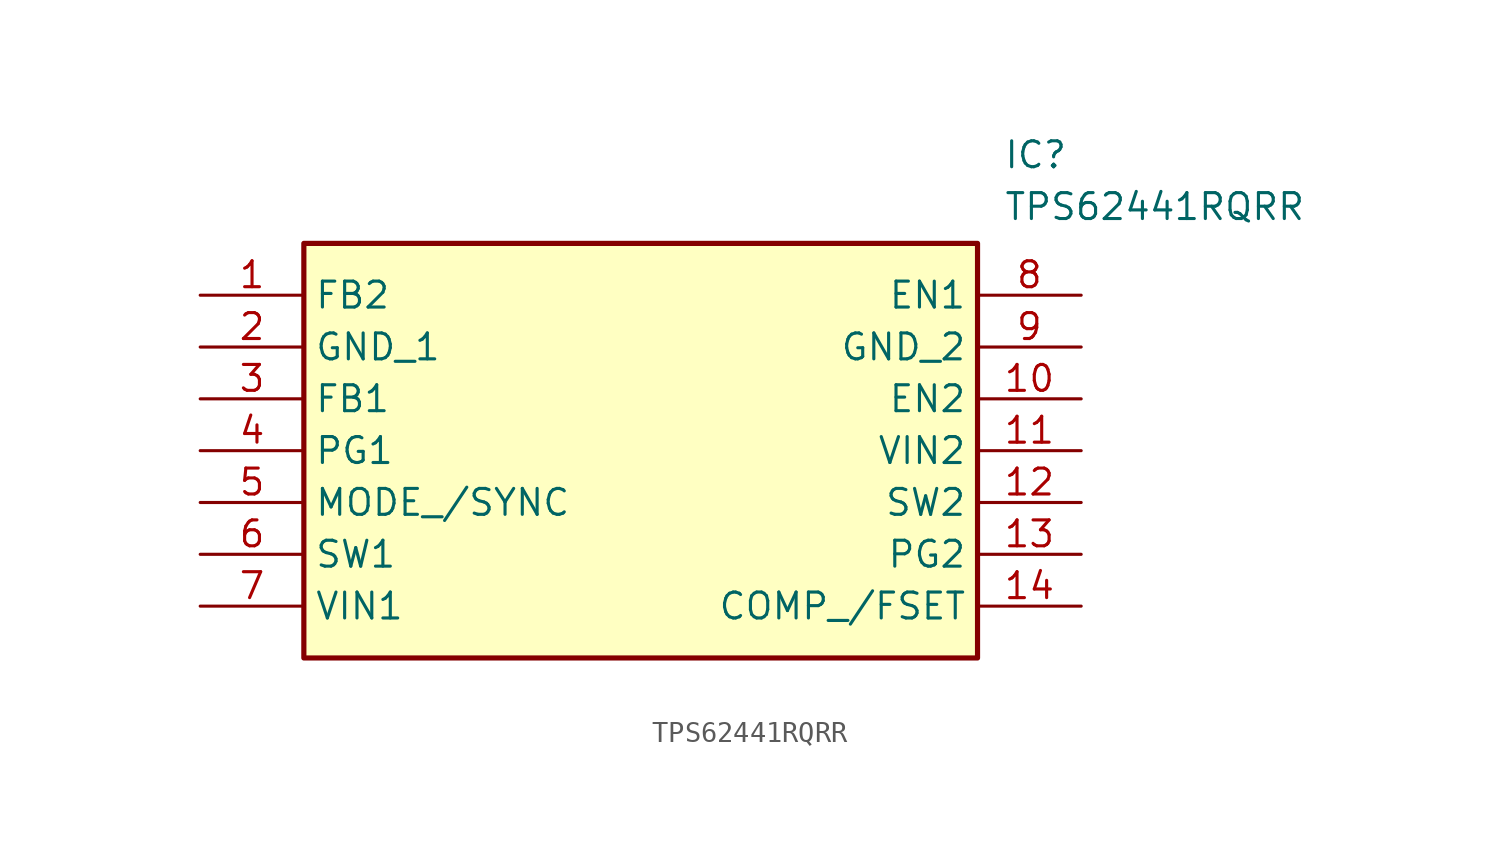
<source format=kicad_sym>
(kicad_symbol_lib
  (version 20211014)
  (generator SamacSys_ECAD_Model)
  (symbol "TPS62441RQRR"
    (property "Reference" "IC"
      (at 39.37 7.62 0)
      (effects (font (size 1.27 1.27)) (justify left top)))
    (property "Value" "TPS62441RQRR"
      (at 39.37 5.08 0)
      (effects (font (size 1.27 1.27)) (justify left top)))
    (rectangle
      (start 5.08 2.54)
      (end 38.1 -17.78)
      (stroke (width 0.254) (type default))
      (fill (type background)))
    (pin passive line
      (at 0 0 0)
      (length 5.08)
      (name "FB2" (effects (font (size 1.27 1.27))))
      (number "1" (effects (font (size 1.27 1.27)))))
    (pin passive line
      (at 0 -2.54 0)
      (length 5.08)
      (name "GND_1" (effects (font (size 1.27 1.27))))
      (number "2" (effects (font (size 1.27 1.27)))))
    (pin passive line
      (at 0 -5.08 0)
      (length 5.08)
      (name "FB1" (effects (font (size 1.27 1.27))))
      (number "3" (effects (font (size 1.27 1.27)))))
    (pin passive line
      (at 0 -7.62 0)
      (length 5.08)
      (name "PG1" (effects (font (size 1.27 1.27))))
      (number "4" (effects (font (size 1.27 1.27)))))
    (pin passive line
      (at 0 -10.16 0)
      (length 5.08)
      (name "MODE_/SYNC" (effects (font (size 1.27 1.27))))
      (number "5" (effects (font (size 1.27 1.27)))))
    (pin passive line
      (at 0 -12.7 0)
      (length 5.08)
      (name "SW1" (effects (font (size 1.27 1.27))))
      (number "6" (effects (font (size 1.27 1.27)))))
    (pin passive line
      (at 0 -15.24 0)
      (length 5.08)
      (name "VIN1" (effects (font (size 1.27 1.27))))
      (number "7" (effects (font (size 1.27 1.27)))))
    (pin passive line
      (at 43.18 0 180)
      (length 5.08)
      (name "EN1" (effects (font (size 1.27 1.27))))
      (number "8" (effects (font (size 1.27 1.27)))))
    (pin passive line
      (at 43.18 -2.54 180)
      (length 5.08)
      (name "GND_2" (effects (font (size 1.27 1.27))))
      (number "9" (effects (font (size 1.27 1.27)))))
    (pin passive line
      (at 43.18 -5.08 180)
      (length 5.08)
      (name "EN2" (effects (font (size 1.27 1.27))))
      (number "10" (effects (font (size 1.27 1.27)))))
    (pin passive line
      (at 43.18 -7.62 180)
      (length 5.08)
      (name "VIN2" (effects (font (size 1.27 1.27))))
      (number "11" (effects (font (size 1.27 1.27)))))
    (pin passive line
      (at 43.18 -10.16 180)
      (length 5.08)
      (name "SW2" (effects (font (size 1.27 1.27))))
      (number "12" (effects (font (size 1.27 1.27)))))
    (pin passive line
      (at 43.18 -12.7 180)
      (length 5.08)
      (name "PG2" (effects (font (size 1.27 1.27))))
      (number "13" (effects (font (size 1.27 1.27)))))
    (pin passive line
      (at 43.18 -15.24 180)
      (length 5.08)
      (name "COMP_/FSET" (effects (font (size 1.27 1.27))))
      (number "14" (effects (font (size 1.27 1.27)))))))
</source>
